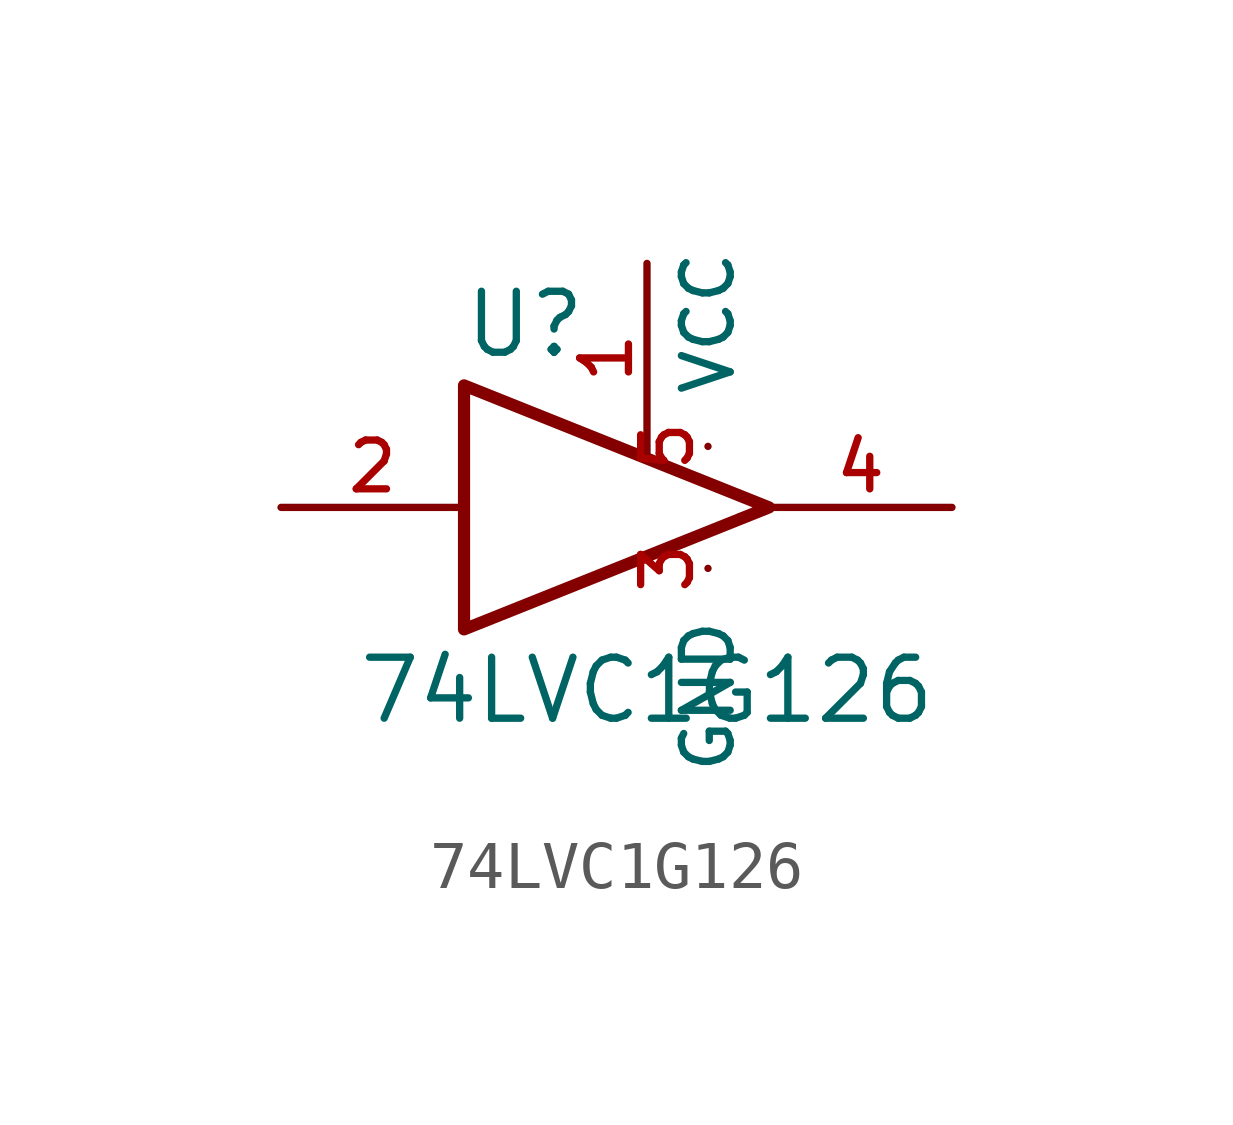
<source format=kicad_sym>
(kicad_symbol_lib
  (version 20211014)
  (generator kicad_symbol_editor)
  (symbol "74LVC1G126"
    (pin_names
      (offset 1.016))
    (property "Reference" "U"
      (at -2.54 3.81 0)
      (effects (font (size 1.27 1.27))))
    (property "Value" "74LVC1G126"
      (at 0 -3.81 0)
      (effects (font (size 1.27 1.27))))
    (symbol "74LVC1G126_0_1"
      (polyline (pts (xy -3.81 2.54) (xy -3.81 -2.54) (xy 2.54 0) (xy -3.81 2.54)) (stroke (width 0.254) (type default) (color 0 0 0 0)) (fill (type none))))
    (symbol "74LVC1G126_1_1"
      (pin input line (at 0 5.08 270) (length 3.937) (name "~" (effects (font (size 1.016 1.016)))) (number "1" (effects (font (size 1.016 1.016)))))
      (pin input line (at -7.62 0 0) (length 3.81) (name "~" (effects (font (size 1.016 1.016)))) (number "2" (effects (font (size 1.016 1.016)))))
      (pin passive line (at 1.27 -1.27 270) (length 0) (name "GND" (effects (font (size 1.016 1.016)))) (number "3" (effects (font (size 1.016 1.016)))))
      (pin tri_state line (at 6.35 0 180) (length 3.81) (name "~" (effects (font (size 1.016 1.016)))) (number "4" (effects (font (size 1.016 1.016)))))
      (pin passive line (at 1.27 1.27 90) (length 0) (name "VCC" (effects (font (size 1.016 1.016)))) (number "5" (effects (font (size 1.016 1.016))))))))
</source>
